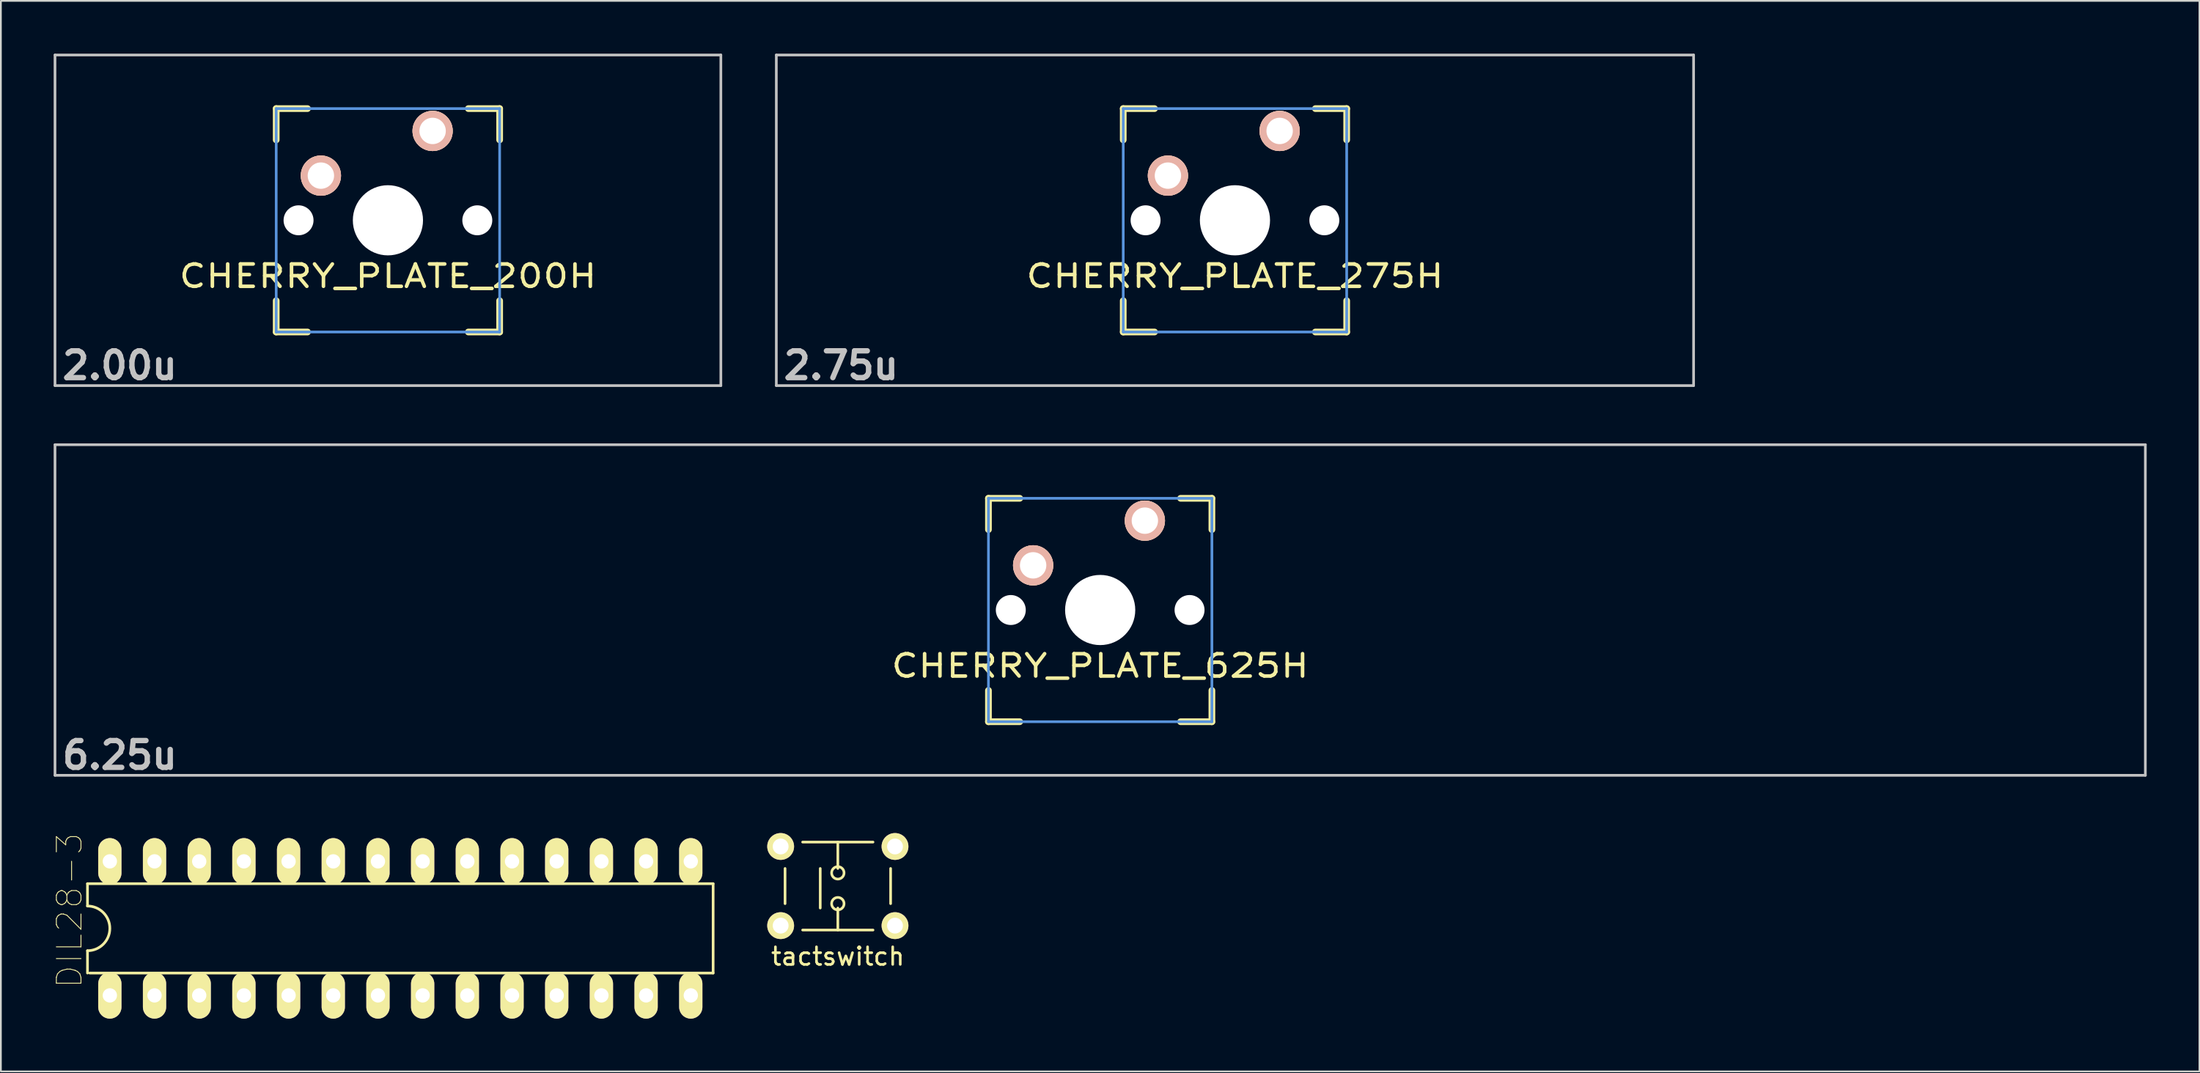
<source format=kicad_pcb>
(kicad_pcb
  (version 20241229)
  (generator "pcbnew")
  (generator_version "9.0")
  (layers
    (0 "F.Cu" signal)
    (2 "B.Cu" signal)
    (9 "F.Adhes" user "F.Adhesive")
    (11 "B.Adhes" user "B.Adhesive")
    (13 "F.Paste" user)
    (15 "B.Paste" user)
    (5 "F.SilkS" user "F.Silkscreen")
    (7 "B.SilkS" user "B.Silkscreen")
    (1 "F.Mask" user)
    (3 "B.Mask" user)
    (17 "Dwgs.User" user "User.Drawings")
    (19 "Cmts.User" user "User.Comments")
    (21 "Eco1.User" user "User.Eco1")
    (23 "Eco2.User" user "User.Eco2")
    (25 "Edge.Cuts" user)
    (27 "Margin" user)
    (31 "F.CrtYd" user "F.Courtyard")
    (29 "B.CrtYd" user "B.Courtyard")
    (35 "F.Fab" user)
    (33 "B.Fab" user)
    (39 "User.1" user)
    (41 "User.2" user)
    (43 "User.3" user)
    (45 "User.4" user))
  (footprint "CHERRY_PLATE_275H"
    (layer "F.Cu")
    (at 67.143 9.474)
    (property "Reference" "CHERRY_PLATE_275H" (at 0 3.175 0) (layer "F.SilkS") (effects (font (size 1.27 1.524) (thickness 0.203))))
    (attr through_hole)
    (fp_line (start -6.35 -6.35) (end -4.572 -6.35) (stroke (width 0.381) (type solid)) (layer "F.SilkS"))
    (fp_line (start -6.35 -4.572) (end -6.35 -6.35) (stroke (width 0.381) (type solid)) (layer "F.SilkS"))
    (fp_line (start -6.35 6.35) (end -6.35 4.572) (stroke (width 0.381) (type solid)) (layer "F.SilkS"))
    (fp_line (start -4.572 6.35) (end -6.35 6.35) (stroke (width 0.381) (type solid)) (layer "F.SilkS"))
    (fp_line (start 4.572 -6.35) (end 6.35 -6.35) (stroke (width 0.381) (type solid)) (layer "F.SilkS"))
    (fp_line (start 6.35 -6.35) (end 6.35 -4.572) (stroke (width 0.381) (type solid)) (layer "F.SilkS"))
    (fp_line (start 6.35 4.572) (end 6.35 6.35) (stroke (width 0.381) (type solid)) (layer "F.SilkS"))
    (fp_line (start 6.35 6.35) (end 4.572 6.35) (stroke (width 0.381) (type solid)) (layer "F.SilkS"))
    (fp_line (start -26.068 -9.398) (end 26.068 -9.398) (stroke (width 0.152) (type solid)) (layer "Dwgs.User"))
    (fp_line (start -26.068 9.398) (end -26.068 -9.398) (stroke (width 0.152) (type solid)) (layer "Dwgs.User"))
    (fp_line (start 26.068 -9.398) (end 26.068 9.398) (stroke (width 0.152) (type solid)) (layer "Dwgs.User"))
    (fp_line (start 26.068 9.398) (end -26.068 9.398) (stroke (width 0.152) (type solid)) (layer "Dwgs.User"))
    (fp_line (start -6.35 -6.35) (end 6.35 -6.35) (stroke (width 0.152) (type solid)) (layer "Cmts.User"))
    (fp_line (start -6.35 6.35) (end -6.35 -6.35) (stroke (width 0.152) (type solid)) (layer "Cmts.User"))
    (fp_line (start 6.35 -6.35) (end 6.35 6.35) (stroke (width 0.152) (type solid)) (layer "Cmts.User"))
    (fp_line (start 6.35 6.35) (end -6.35 6.35) (stroke (width 0.152) (type solid)) (layer "Cmts.User"))
    (fp_text user "2.75u" (at -22.385 8.255 0) (layer "Dwgs.User") (effects (font (size 1.524 1.524) (thickness 0.305))))
    (pad "" np_thru_hole circle (at -5.08 0) (size 1.702 1.702) (drill 1.702) (layers "*.Cu"))
    (pad "" np_thru_hole circle (at 0 0) (size 3.988 3.988) (drill 3.988) (layers "*.Cu"))
    (pad "" np_thru_hole circle (at 5.08 0) (size 1.702 1.702) (drill 1.702) (layers "*.Cu"))
    (pad "1" thru_hole circle (at 2.54 -5.08) (size 2.286 2.286) (drill 1.499) (layers "*.Cu" "*.SilkS" "*.Mask"))
    (pad "2" thru_hole circle (at -3.81 -2.54) (size 2.286 2.286) (drill 1.499) (layers "*.Cu" "*.SilkS" "*.Mask")))
  (footprint "DIL28-3"
    (layer "F.Cu")
    (at 19.703 49.729)
    (property "Reference" "DIL28-3" (at -18.796 -1.016 90) (layer "F.SilkS") (effects (font (size 1.4 1.4) (thickness 0.05))))
    (attr through_hole)
    (fp_line (start -17.78 -2.54) (end -17.78 -1.27) (stroke (width 0.152) (type solid)) (layer "F.SilkS"))
    (fp_line (start -17.78 -2.54) (end 17.78 -2.54) (stroke (width 0.152) (type solid)) (layer "F.SilkS"))
    (fp_line (start -17.78 1.27) (end -17.78 2.54) (stroke (width 0.152) (type solid)) (layer "F.SilkS"))
    (fp_line (start -17.653 2.54) (end 17.78 2.54) (stroke (width 0.152) (type solid)) (layer "F.SilkS"))
    (fp_line (start 17.78 2.54) (end 17.78 -2.54) (stroke (width 0.152) (type solid)) (layer "F.SilkS"))
    (fp_arc (start -17.78 -1.27) (mid -16.51 0) (end -17.78 1.27) (stroke (width 0.1524) (type solid)) (layer "F.SilkS"))
    (pad "1" thru_hole oval (at -16.51 3.81 90) (size 2.642 1.321) (drill 0.813) (layers "*.Cu" "*.Mask" "F.SilkS"))
    (pad "2" thru_hole oval (at -13.97 3.81 90) (size 2.642 1.321) (drill 0.813) (layers "*.Cu" "*.Mask" "F.SilkS"))
    (pad "3" thru_hole oval (at -11.43 3.81 90) (size 2.642 1.321) (drill 0.813) (layers "*.Cu" "*.Mask" "F.SilkS"))
    (pad "4" thru_hole oval (at -8.89 3.81 90) (size 2.642 1.321) (drill 0.813) (layers "*.Cu" "*.Mask" "F.SilkS"))
    (pad "5" thru_hole oval (at -6.35 3.81 90) (size 2.642 1.321) (drill 0.813) (layers "*.Cu" "*.Mask" "F.SilkS"))
    (pad "6" thru_hole oval (at -3.81 3.81 90) (size 2.642 1.321) (drill 0.813) (layers "*.Cu" "*.Mask" "F.SilkS"))
    (pad "7" thru_hole oval (at -1.27 3.81 90) (size 2.642 1.321) (drill 0.813) (layers "*.Cu" "*.Mask" "F.SilkS"))
    (pad "8" thru_hole oval (at 1.27 3.81 90) (size 2.642 1.321) (drill 0.813) (layers "*.Cu" "*.Mask" "F.SilkS"))
    (pad "9" thru_hole oval (at 3.81 3.81 90) (size 2.642 1.321) (drill 0.813) (layers "*.Cu" "*.Mask" "F.SilkS"))
    (pad "10" thru_hole oval (at 6.35 3.81 90) (size 2.642 1.321) (drill 0.813) (layers "*.Cu" "*.Mask" "F.SilkS"))
    (pad "11" thru_hole oval (at 8.89 3.81 90) (size 2.642 1.321) (drill 0.813) (layers "*.Cu" "*.Mask" "F.SilkS"))
    (pad "12" thru_hole oval (at 11.43 3.81 90) (size 2.642 1.321) (drill 0.813) (layers "*.Cu" "*.Mask" "F.SilkS"))
    (pad "13" thru_hole oval (at 13.97 3.81 90) (size 2.642 1.321) (drill 0.813) (layers "*.Cu" "*.Mask" "F.SilkS"))
    (pad "14" thru_hole oval (at 16.51 3.81 90) (size 2.642 1.321) (drill 0.813) (layers "*.Cu" "*.Mask" "F.SilkS"))
    (pad "15" thru_hole oval (at 16.51 -3.81 90) (size 2.642 1.321) (drill 0.813) (layers "*.Cu" "*.Mask" "F.SilkS"))
    (pad "16" thru_hole oval (at 13.97 -3.81 90) (size 2.642 1.321) (drill 0.813) (layers "*.Cu" "*.Mask" "F.SilkS"))
    (pad "17" thru_hole oval (at 11.43 -3.81 90) (size 2.642 1.321) (drill 0.813) (layers "*.Cu" "*.Mask" "F.SilkS"))
    (pad "18" thru_hole oval (at 8.89 -3.81 90) (size 2.642 1.321) (drill 0.813) (layers "*.Cu" "*.Mask" "F.SilkS"))
    (pad "19" thru_hole oval (at 6.35 -3.81 90) (size 2.642 1.321) (drill 0.813) (layers "*.Cu" "*.Mask" "F.SilkS"))
    (pad "20" thru_hole oval (at 3.81 -3.81 90) (size 2.642 1.321) (drill 0.813) (layers "*.Cu" "*.Mask" "F.SilkS"))
    (pad "21" thru_hole oval (at 1.27 -3.81 90) (size 2.642 1.321) (drill 0.813) (layers "*.Cu" "*.Mask" "F.SilkS"))
    (pad "22" thru_hole oval (at -1.27 -3.81 90) (size 2.642 1.321) (drill 0.813) (layers "*.Cu" "*.Mask" "F.SilkS"))
    (pad "23" thru_hole oval (at -3.81 -3.81 90) (size 2.642 1.321) (drill 0.813) (layers "*.Cu" "*.Mask" "F.SilkS"))
    (pad "24" thru_hole oval (at -6.35 -3.81 90) (size 2.642 1.321) (drill 0.813) (layers "*.Cu" "*.Mask" "F.SilkS"))
    (pad "25" thru_hole oval (at -8.89 -3.81 90) (size 2.642 1.321) (drill 0.813) (layers "*.Cu" "*.Mask" "F.SilkS"))
    (pad "26" thru_hole oval (at -11.43 -3.81 90) (size 2.642 1.321) (drill 0.813) (layers "*.Cu" "*.Mask" "F.SilkS"))
    (pad "27" thru_hole oval (at -13.97 -3.81 90) (size 2.642 1.321) (drill 0.813) (layers "*.Cu" "*.Mask" "F.SilkS"))
    (pad "28" thru_hole oval (at -16.51 -3.81 90) (size 2.642 1.321) (drill 0.813) (layers "*.Cu" "*.Mask" "F.SilkS")))
  (footprint "CHERRY_PLATE_200H"
    (layer "F.Cu")
    (at 18.999 9.474)
    (property "Reference" "CHERRY_PLATE_200H" (at 0 3.175 0) (layer "F.SilkS") (effects (font (size 1.27 1.524) (thickness 0.203))))
    (attr through_hole)
    (fp_line (start -6.35 -6.35) (end -4.572 -6.35) (stroke (width 0.381) (type solid)) (layer "F.SilkS"))
    (fp_line (start -6.35 -4.572) (end -6.35 -6.35) (stroke (width 0.381) (type solid)) (layer "F.SilkS"))
    (fp_line (start -6.35 6.35) (end -6.35 4.572) (stroke (width 0.381) (type solid)) (layer "F.SilkS"))
    (fp_line (start -4.572 6.35) (end -6.35 6.35) (stroke (width 0.381) (type solid)) (layer "F.SilkS"))
    (fp_line (start 4.572 -6.35) (end 6.35 -6.35) (stroke (width 0.381) (type solid)) (layer "F.SilkS"))
    (fp_line (start 6.35 -6.35) (end 6.35 -4.572) (stroke (width 0.381) (type solid)) (layer "F.SilkS"))
    (fp_line (start 6.35 4.572) (end 6.35 6.35) (stroke (width 0.381) (type solid)) (layer "F.SilkS"))
    (fp_line (start 6.35 6.35) (end 4.572 6.35) (stroke (width 0.381) (type solid)) (layer "F.SilkS"))
    (fp_line (start -18.923 -9.398) (end 18.923 -9.398) (stroke (width 0.152) (type solid)) (layer "Dwgs.User"))
    (fp_line (start -18.923 9.398) (end -18.923 -9.398) (stroke (width 0.152) (type solid)) (layer "Dwgs.User"))
    (fp_line (start 18.923 -9.398) (end 18.923 9.398) (stroke (width 0.152) (type solid)) (layer "Dwgs.User"))
    (fp_line (start 18.923 9.398) (end -18.923 9.398) (stroke (width 0.152) (type solid)) (layer "Dwgs.User"))
    (fp_line (start -6.35 -6.35) (end 6.35 -6.35) (stroke (width 0.152) (type solid)) (layer "Cmts.User"))
    (fp_line (start -6.35 6.35) (end -6.35 -6.35) (stroke (width 0.152) (type solid)) (layer "Cmts.User"))
    (fp_line (start 6.35 -6.35) (end 6.35 6.35) (stroke (width 0.152) (type solid)) (layer "Cmts.User"))
    (fp_line (start 6.35 6.35) (end -6.35 6.35) (stroke (width 0.152) (type solid)) (layer "Cmts.User"))
    (fp_text user "2.00u" (at -15.24 8.255 0) (layer "Dwgs.User") (effects (font (size 1.524 1.524) (thickness 0.305))))
    (pad "" np_thru_hole circle (at -5.08 0) (size 1.702 1.702) (drill 1.702) (layers "*.Cu"))
    (pad "" np_thru_hole circle (at 0 0) (size 3.988 3.988) (drill 3.988) (layers "*.Cu"))
    (pad "" np_thru_hole circle (at 5.08 0) (size 1.702 1.702) (drill 1.702) (layers "*.Cu"))
    (pad "1" thru_hole circle (at 2.54 -5.08) (size 2.286 2.286) (drill 1.499) (layers "*.Cu" "*.SilkS" "*.Mask"))
    (pad "2" thru_hole circle (at -3.81 -2.54) (size 2.286 2.286) (drill 1.499) (layers "*.Cu" "*.SilkS" "*.Mask")))
  (footprint "tactswitch"
    (layer "F.Cu")
    (at 44.571 47.323)
    (property "Reference" "tactswitch" (at 0 4 0) (layer "F.SilkS") (effects (font (size 1 1) (thickness 0.15))))
    (attr through_hole)
    (fp_line (start -3 -1) (end -3 1) (stroke (width 0.15) (type solid)) (layer "F.SilkS"))
    (fp_line (start -2 -2.5) (end 2 -2.5) (stroke (width 0.15) (type solid)) (layer "F.SilkS"))
    (fp_line (start -2 2.5) (end 2 2.5) (stroke (width 0.15) (type solid)) (layer "F.SilkS"))
    (fp_line (start -1 -1) (end -1 1.25) (stroke (width 0.15) (type solid)) (layer "F.SilkS"))
    (fp_line (start 0 -1) (end 0 -2.5) (stroke (width 0.15) (type solid)) (layer "F.SilkS"))
    (fp_line (start 0 1.25) (end 0 2.5) (stroke (width 0.15) (type solid)) (layer "F.SilkS"))
    (fp_line (start 3 -1) (end 3 1) (stroke (width 0.15) (type solid)) (layer "F.SilkS"))
    (fp_circle (center 0 -0.75) (end 0.25 -0.5) (stroke (width 0.15) (type solid)) (fill no) (layer "F.SilkS"))
    (fp_circle (center 0 1) (end 0.25 1.25) (stroke (width 0.15) (type solid)) (fill no) (layer "F.SilkS"))
    (pad "1" thru_hole circle (at -3.25 -2.25) (size 1.524 1.524) (drill 0.9) (layers "*.Cu" "*.Mask" "F.SilkS"))
    (pad "2" thru_hole circle (at -3.25 2.25) (size 1.524 1.524) (drill 0.9) (layers "*.Cu" "*.Mask" "F.SilkS"))
    (pad "3" thru_hole circle (at 3.25 -2.25) (size 1.524 1.524) (drill 0.9) (layers "*.Cu" "*.Mask" "F.SilkS"))
    (pad "4" thru_hole circle (at 3.25 2.25) (size 1.524 1.524) (drill 0.9) (layers "*.Cu" "*.Mask" "F.SilkS")))
  (footprint "CHERRY_PLATE_625H"
    (layer "F.Cu")
    (at 59.482 31.63)
    (property "Reference" "CHERRY_PLATE_625H" (at 0 3.175 0) (layer "F.SilkS") (effects (font (size 1.27 1.524) (thickness 0.203))))
    (attr through_hole)
    (fp_line (start -6.35 -6.35) (end -4.572 -6.35) (stroke (width 0.381) (type solid)) (layer "F.SilkS"))
    (fp_line (start -6.35 -4.572) (end -6.35 -6.35) (stroke (width 0.381) (type solid)) (layer "F.SilkS"))
    (fp_line (start -6.35 6.35) (end -6.35 4.572) (stroke (width 0.381) (type solid)) (layer "F.SilkS"))
    (fp_line (start -4.572 6.35) (end -6.35 6.35) (stroke (width 0.381) (type solid)) (layer "F.SilkS"))
    (fp_line (start 4.572 -6.35) (end 6.35 -6.35) (stroke (width 0.381) (type solid)) (layer "F.SilkS"))
    (fp_line (start 6.35 -6.35) (end 6.35 -4.572) (stroke (width 0.381) (type solid)) (layer "F.SilkS"))
    (fp_line (start 6.35 4.572) (end 6.35 6.35) (stroke (width 0.381) (type solid)) (layer "F.SilkS"))
    (fp_line (start 6.35 6.35) (end 4.572 6.35) (stroke (width 0.381) (type solid)) (layer "F.SilkS"))
    (fp_line (start -59.406 -9.398) (end 59.406 -9.398) (stroke (width 0.152) (type solid)) (layer "Dwgs.User"))
    (fp_line (start -59.406 9.398) (end -59.406 -9.398) (stroke (width 0.152) (type solid)) (layer "Dwgs.User"))
    (fp_line (start 59.406 -9.398) (end 59.406 9.398) (stroke (width 0.152) (type solid)) (layer "Dwgs.User"))
    (fp_line (start 59.406 9.398) (end -59.406 9.398) (stroke (width 0.152) (type solid)) (layer "Dwgs.User"))
    (fp_line (start -6.35 -6.35) (end 6.35 -6.35) (stroke (width 0.152) (type solid)) (layer "Cmts.User"))
    (fp_line (start -6.35 6.35) (end -6.35 -6.35) (stroke (width 0.152) (type solid)) (layer "Cmts.User"))
    (fp_line (start 6.35 -6.35) (end 6.35 6.35) (stroke (width 0.152) (type solid)) (layer "Cmts.User"))
    (fp_line (start 6.35 6.35) (end -6.35 6.35) (stroke (width 0.152) (type solid)) (layer "Cmts.User"))
    (fp_text user "6.25u" (at -55.723 8.255 0) (layer "Dwgs.User") (effects (font (size 1.524 1.524) (thickness 0.305))))
    (pad "" np_thru_hole circle (at -5.08 0) (size 1.702 1.702) (drill 1.702) (layers "*.Cu"))
    (pad "" np_thru_hole circle (at 0 0) (size 3.988 3.988) (drill 3.988) (layers "*.Cu"))
    (pad "" np_thru_hole circle (at 5.08 0) (size 1.702 1.702) (drill 1.702) (layers "*.Cu"))
    (pad "1" thru_hole circle (at 2.54 -5.08) (size 2.286 2.286) (drill 1.499) (layers "*.Cu" "*.SilkS" "*.Mask"))
    (pad "2" thru_hole circle (at -3.81 -2.54) (size 2.286 2.286) (drill 1.499) (layers "*.Cu" "*.SilkS" "*.Mask")))
  (gr_rect
    (start -3 -3)
    (end 121.963 57.86)
    (stroke (width 0.1) (type default))
    (fill no)
    (layer "Edge.Cuts")))
</source>
